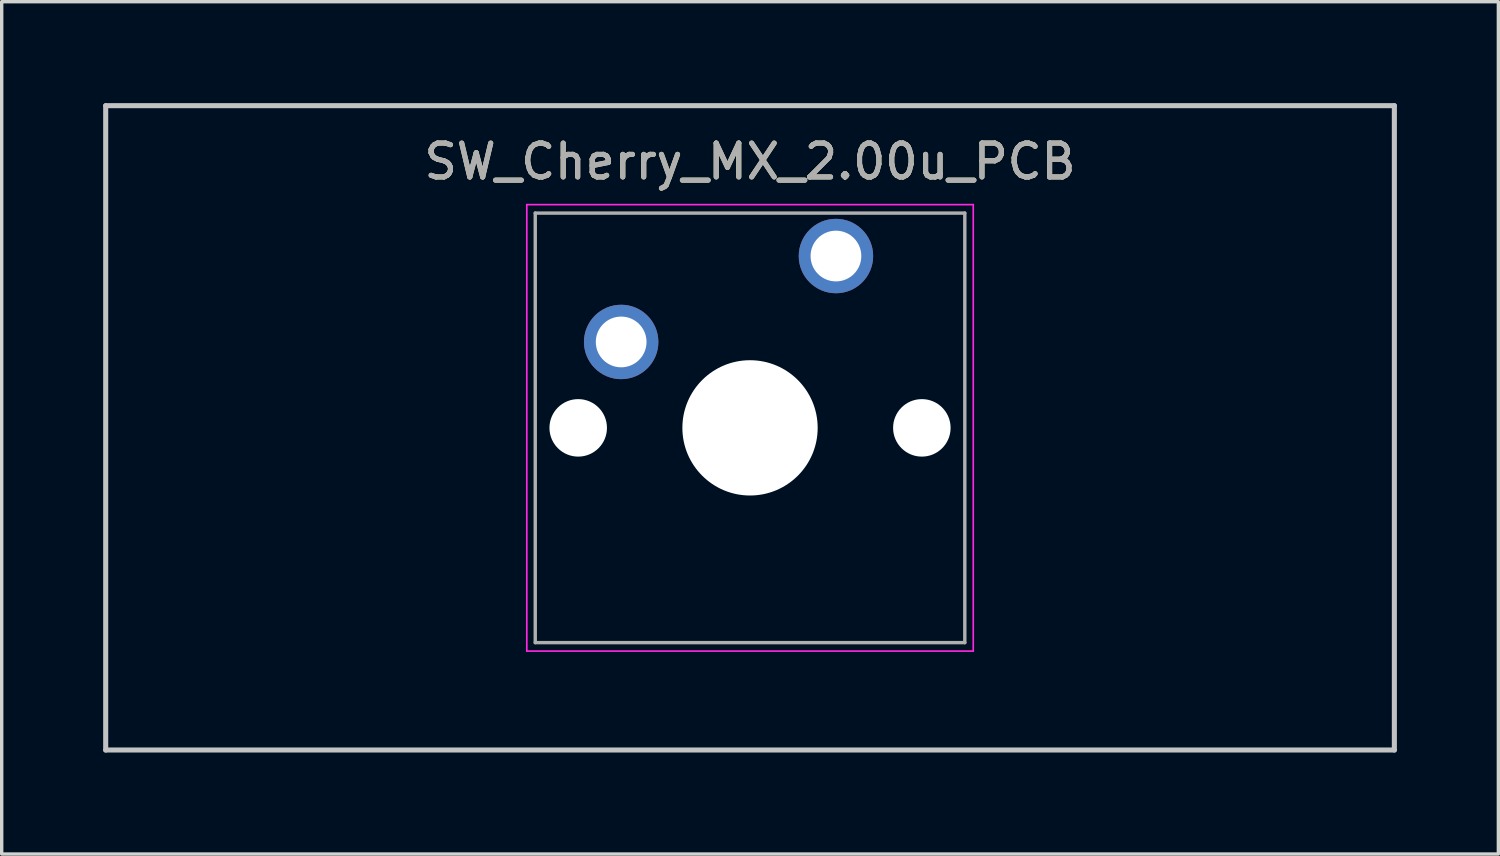
<source format=kicad_pcb>
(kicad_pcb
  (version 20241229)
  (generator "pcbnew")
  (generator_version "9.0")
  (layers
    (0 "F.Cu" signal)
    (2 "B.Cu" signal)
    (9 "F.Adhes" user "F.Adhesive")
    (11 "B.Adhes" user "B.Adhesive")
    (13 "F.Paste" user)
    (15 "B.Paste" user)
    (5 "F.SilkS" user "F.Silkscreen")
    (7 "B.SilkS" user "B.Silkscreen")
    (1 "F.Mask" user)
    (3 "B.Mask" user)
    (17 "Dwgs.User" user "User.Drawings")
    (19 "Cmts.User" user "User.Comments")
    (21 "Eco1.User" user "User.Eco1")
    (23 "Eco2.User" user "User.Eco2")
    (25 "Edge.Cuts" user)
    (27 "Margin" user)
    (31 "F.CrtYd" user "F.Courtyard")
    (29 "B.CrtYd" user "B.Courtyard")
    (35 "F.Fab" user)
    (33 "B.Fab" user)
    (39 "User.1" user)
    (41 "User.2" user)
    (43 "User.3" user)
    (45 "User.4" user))
  (footprint "SW_Cherry_MX_2.00u_PCB"
    (layer "F.Cu")
    (at 21.665 4.52)
    (property "Reference" "SW_Cherry_MX_2.00u_PCB" (at -2.54 -2.794 0) (layer "F.SilkS") (effects (font (size 1 1) (thickness 0.15))))
    (attr through_hole)
    (fp_line (start -21.59 -4.445) (end 16.51 -4.445) (stroke (width 0.15) (type solid)) (layer "Dwgs.User"))
    (fp_line (start -21.59 14.605) (end -21.59 -4.445) (stroke (width 0.15) (type solid)) (layer "Dwgs.User"))
    (fp_line (start 16.51 -4.445) (end 16.51 14.605) (stroke (width 0.15) (type solid)) (layer "Dwgs.User"))
    (fp_line (start 16.51 14.605) (end -21.59 14.605) (stroke (width 0.15) (type solid)) (layer "Dwgs.User"))
    (fp_line (start -9.14 -1.52) (end 4.06 -1.52) (stroke (width 0.05) (type solid)) (layer "F.CrtYd"))
    (fp_line (start -9.14 11.68) (end -9.14 -1.52) (stroke (width 0.05) (type solid)) (layer "F.CrtYd"))
    (fp_line (start 4.06 -1.52) (end 4.06 11.68) (stroke (width 0.05) (type solid)) (layer "F.CrtYd"))
    (fp_line (start 4.06 11.68) (end -9.14 11.68) (stroke (width 0.05) (type solid)) (layer "F.CrtYd"))
    (fp_line (start -8.89 -1.27) (end 3.81 -1.27) (stroke (width 0.1) (type solid)) (layer "F.Fab"))
    (fp_line (start -8.89 11.43) (end -8.89 -1.27) (stroke (width 0.1) (type solid)) (layer "F.Fab"))
    (fp_line (start 3.81 -1.27) (end 3.81 11.43) (stroke (width 0.1) (type solid)) (layer "F.Fab"))
    (fp_line (start 3.81 11.43) (end -8.89 11.43) (stroke (width 0.1) (type solid)) (layer "F.Fab"))
    (fp_text user "${REFERENCE}" (at -2.54 -2.794 0) (layer "F.Fab") (effects (font (size 1 1) (thickness 0.15))))
    (pad "" np_thru_hole circle (at -7.62 5.08) (size 1.7 1.7) (drill 1.7) (layers "*.Cu" "*.Mask"))
    (pad "" np_thru_hole circle (at -2.54 5.08) (size 4 4) (drill 4) (layers "*.Cu" "*.Mask"))
    (pad "" np_thru_hole circle (at 2.54 5.08) (size 1.7 1.7) (drill 1.7) (layers "*.Cu" "*.Mask"))
    (pad "1" thru_hole circle (at 0 0) (size 2.2 2.2) (drill 1.5) (layers "*.Cu" "*.Mask"))
    (pad "2" thru_hole circle (at -6.35 2.54) (size 2.2 2.2) (drill 1.5) (layers "*.Cu" "*.Mask")))
  (gr_rect
    (start -3 -3)
    (end 41.25 22.2)
    (stroke (width 0.1) (type default))
    (fill no)
    (layer "Edge.Cuts")))
</source>
